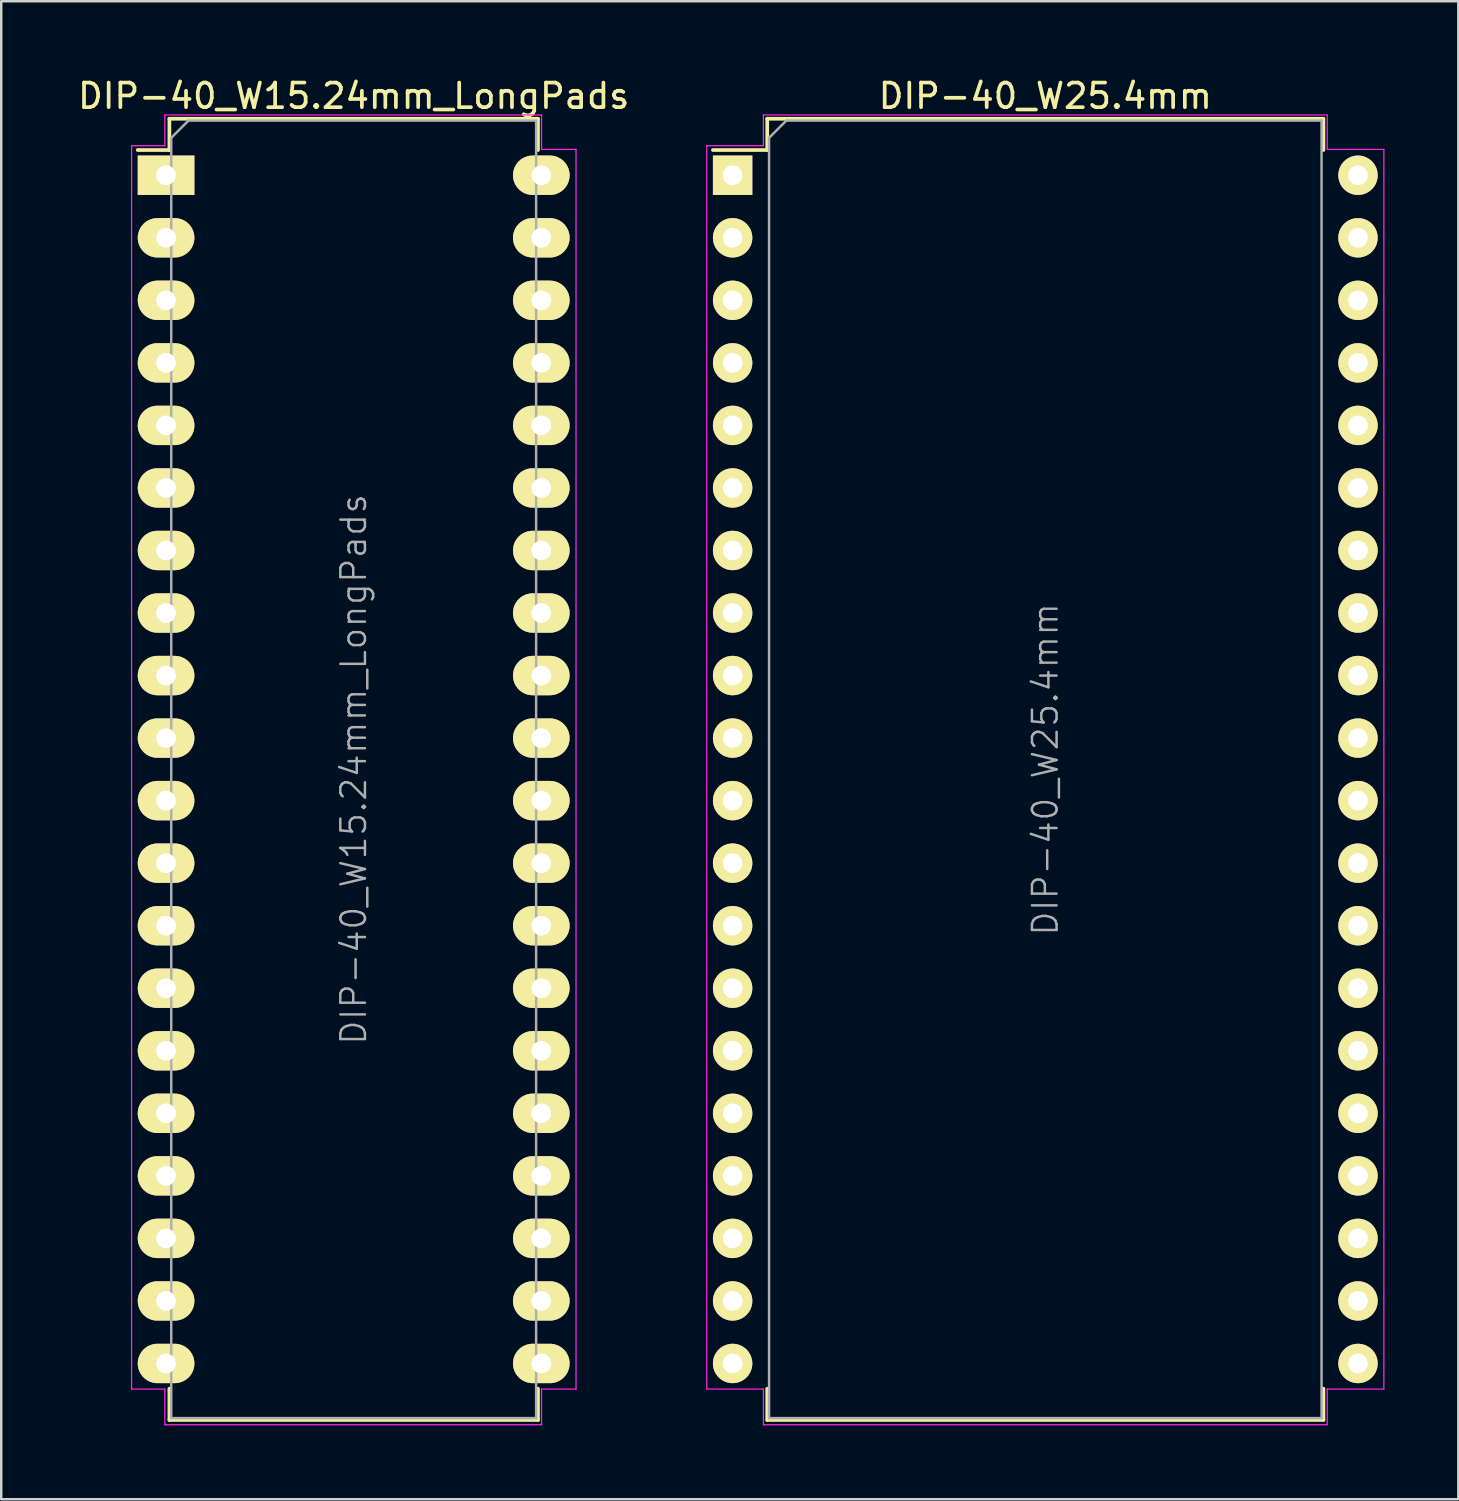
<source format=kicad_pcb>
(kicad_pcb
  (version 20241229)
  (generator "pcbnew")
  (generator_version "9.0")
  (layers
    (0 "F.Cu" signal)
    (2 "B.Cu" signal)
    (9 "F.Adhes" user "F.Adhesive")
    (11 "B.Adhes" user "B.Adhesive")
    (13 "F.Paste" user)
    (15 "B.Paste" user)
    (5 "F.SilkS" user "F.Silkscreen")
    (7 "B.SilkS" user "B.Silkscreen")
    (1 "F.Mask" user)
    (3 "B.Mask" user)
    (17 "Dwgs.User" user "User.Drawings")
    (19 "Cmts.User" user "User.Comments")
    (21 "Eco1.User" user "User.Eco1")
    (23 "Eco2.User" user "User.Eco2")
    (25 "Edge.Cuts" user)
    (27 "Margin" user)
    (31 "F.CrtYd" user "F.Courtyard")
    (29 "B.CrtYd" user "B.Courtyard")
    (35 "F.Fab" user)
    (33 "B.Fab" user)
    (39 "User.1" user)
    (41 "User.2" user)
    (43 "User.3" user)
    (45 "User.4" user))
  (footprint "DIP-40_W25.4mm"
    (layer "F.Cu")
    (at 26.706 4.068)
    (property "Reference" "DIP-40_W25.4mm" (at 12.7 -3.22 0) (layer "F.SilkS") (effects (font (size 1 1) (thickness 0.15))))
    (attr smd)
    (fp_line (start 1.405 -2.295) (end 1.405 -1.025) (stroke (width 0.15) (type solid)) (layer "F.SilkS"))
    (fp_line (start 1.405 -2.295) (end 23.995 -2.295) (stroke (width 0.15) (type solid)) (layer "F.SilkS"))
    (fp_line (start 1.405 -1.025) (end -0.8 -1.025) (stroke (width 0.15) (type solid)) (layer "F.SilkS"))
    (fp_line (start 1.405 50.555) (end 1.405 49.285) (stroke (width 0.15) (type solid)) (layer "F.SilkS"))
    (fp_line (start 1.405 50.555) (end 23.995 50.555) (stroke (width 0.15) (type solid)) (layer "F.SilkS"))
    (fp_line (start 23.995 -2.295) (end 23.995 -1.025) (stroke (width 0.15) (type solid)) (layer "F.SilkS"))
    (fp_line (start 23.995 50.555) (end 23.995 49.285) (stroke (width 0.15) (type solid)) (layer "F.SilkS"))
    (fp_line (start -1.05 -1.2) (end -1.05 49.3) (stroke (width 0.05) (type solid)) (layer "F.CrtYd"))
    (fp_line (start -1.05 -1.2) (end 1.25 -1.2) (stroke (width 0.05) (type solid)) (layer "F.CrtYd"))
    (fp_line (start -1.05 49.3) (end 1.25 49.3) (stroke (width 0.05) (type solid)) (layer "F.CrtYd"))
    (fp_line (start 1.25 -2.45) (end 1.25 -1.2) (stroke (width 0.05) (type solid)) (layer "F.CrtYd"))
    (fp_line (start 1.25 50.75) (end 1.25 49.3) (stroke (width 0.05) (type solid)) (layer "F.CrtYd"))
    (fp_line (start 24.15 -2.45) (end 1.25 -2.45) (stroke (width 0.05) (type solid)) (layer "F.CrtYd"))
    (fp_line (start 24.15 -2.45) (end 24.15 -1.05) (stroke (width 0.05) (type solid)) (layer "F.CrtYd"))
    (fp_line (start 24.15 50.75) (end 1.25 50.75) (stroke (width 0.05) (type solid)) (layer "F.CrtYd"))
    (fp_line (start 24.15 50.75) (end 24.15 49.3) (stroke (width 0.05) (type solid)) (layer "F.CrtYd"))
    (fp_line (start 26.45 -1.05) (end 24.15 -1.05) (stroke (width 0.05) (type solid)) (layer "F.CrtYd"))
    (fp_line (start 26.45 -1.05) (end 26.45 49.3) (stroke (width 0.05) (type solid)) (layer "F.CrtYd"))
    (fp_line (start 26.45 49.3) (end 24.15 49.3) (stroke (width 0.05) (type solid)) (layer "F.CrtYd"))
    (fp_line (start 1.48 -1.52) (end 2.18 -2.22) (stroke (width 0.1) (type solid)) (layer "F.Fab"))
    (fp_line (start 1.48 50.48) (end 1.48 -1.52) (stroke (width 0.1) (type solid)) (layer "F.Fab"))
    (fp_line (start 23.92 -2.22) (end 2.18 -2.22) (stroke (width 0.1) (type solid)) (layer "F.Fab"))
    (fp_line (start 23.92 50.48) (end 1.48 50.48) (stroke (width 0.1) (type solid)) (layer "F.Fab"))
    (fp_line (start 23.92 50.48) (end 23.92 -2.22) (stroke (width 0.1) (type solid)) (layer "F.Fab"))
    (fp_text user "${REFERENCE}" (at 12.7 24.13 90) (layer "F.Fab") (effects (font (size 1 1) (thickness 0.1))))
    (pad "1" thru_hole rect (at 0 0) (size 1.6 1.6) (drill 0.8) (layers "*.Cu" "*.Mask" "F.SilkS"))
    (pad "2" thru_hole oval (at 0 2.54) (size 1.6 1.6) (drill 0.8) (layers "*.Cu" "*.Mask" "F.SilkS"))
    (pad "3" thru_hole oval (at 0 5.08) (size 1.6 1.6) (drill 0.8) (layers "*.Cu" "*.Mask" "F.SilkS"))
    (pad "4" thru_hole oval (at 0 7.62) (size 1.6 1.6) (drill 0.8) (layers "*.Cu" "*.Mask" "F.SilkS"))
    (pad "5" thru_hole oval (at 0 10.16) (size 1.6 1.6) (drill 0.8) (layers "*.Cu" "*.Mask" "F.SilkS"))
    (pad "6" thru_hole oval (at 0 12.7) (size 1.6 1.6) (drill 0.8) (layers "*.Cu" "*.Mask" "F.SilkS"))
    (pad "7" thru_hole oval (at 0 15.24) (size 1.6 1.6) (drill 0.8) (layers "*.Cu" "*.Mask" "F.SilkS"))
    (pad "8" thru_hole oval (at 0 17.78) (size 1.6 1.6) (drill 0.8) (layers "*.Cu" "*.Mask" "F.SilkS"))
    (pad "9" thru_hole oval (at 0 20.32) (size 1.6 1.6) (drill 0.8) (layers "*.Cu" "*.Mask" "F.SilkS"))
    (pad "10" thru_hole oval (at 0 22.86) (size 1.6 1.6) (drill 0.8) (layers "*.Cu" "*.Mask" "F.SilkS"))
    (pad "11" thru_hole oval (at 0 25.4) (size 1.6 1.6) (drill 0.8) (layers "*.Cu" "*.Mask" "F.SilkS"))
    (pad "12" thru_hole oval (at 0 27.94) (size 1.6 1.6) (drill 0.8) (layers "*.Cu" "*.Mask" "F.SilkS"))
    (pad "13" thru_hole oval (at 0 30.48) (size 1.6 1.6) (drill 0.8) (layers "*.Cu" "*.Mask" "F.SilkS"))
    (pad "14" thru_hole oval (at 0 33.02) (size 1.6 1.6) (drill 0.8) (layers "*.Cu" "*.Mask" "F.SilkS"))
    (pad "15" thru_hole oval (at 0 35.56) (size 1.6 1.6) (drill 0.8) (layers "*.Cu" "*.Mask" "F.SilkS"))
    (pad "16" thru_hole oval (at 0 38.1) (size 1.6 1.6) (drill 0.8) (layers "*.Cu" "*.Mask" "F.SilkS"))
    (pad "17" thru_hole oval (at 0 40.64) (size 1.6 1.6) (drill 0.8) (layers "*.Cu" "*.Mask" "F.SilkS"))
    (pad "18" thru_hole oval (at 0 43.18) (size 1.6 1.6) (drill 0.8) (layers "*.Cu" "*.Mask" "F.SilkS"))
    (pad "19" thru_hole oval (at 0 45.72) (size 1.6 1.6) (drill 0.8) (layers "*.Cu" "*.Mask" "F.SilkS"))
    (pad "20" thru_hole oval (at 0 48.26) (size 1.6 1.6) (drill 0.8) (layers "*.Cu" "*.Mask" "F.SilkS"))
    (pad "21" thru_hole oval (at 25.4 48.26) (size 1.6 1.6) (drill 0.8) (layers "*.Cu" "*.Mask" "F.SilkS"))
    (pad "22" thru_hole oval (at 25.4 45.72) (size 1.6 1.6) (drill 0.8) (layers "*.Cu" "*.Mask" "F.SilkS"))
    (pad "23" thru_hole oval (at 25.4 43.18) (size 1.6 1.6) (drill 0.8) (layers "*.Cu" "*.Mask" "F.SilkS"))
    (pad "24" thru_hole oval (at 25.4 40.64) (size 1.6 1.6) (drill 0.8) (layers "*.Cu" "*.Mask" "F.SilkS"))
    (pad "25" thru_hole oval (at 25.4 38.1) (size 1.6 1.6) (drill 0.8) (layers "*.Cu" "*.Mask" "F.SilkS"))
    (pad "26" thru_hole oval (at 25.4 35.56) (size 1.6 1.6) (drill 0.8) (layers "*.Cu" "*.Mask" "F.SilkS"))
    (pad "27" thru_hole oval (at 25.4 33.02) (size 1.6 1.6) (drill 0.8) (layers "*.Cu" "*.Mask" "F.SilkS"))
    (pad "28" thru_hole oval (at 25.4 30.48) (size 1.6 1.6) (drill 0.8) (layers "*.Cu" "*.Mask" "F.SilkS"))
    (pad "29" thru_hole oval (at 25.4 27.94) (size 1.6 1.6) (drill 0.8) (layers "*.Cu" "*.Mask" "F.SilkS"))
    (pad "30" thru_hole oval (at 25.4 25.4) (size 1.6 1.6) (drill 0.8) (layers "*.Cu" "*.Mask" "F.SilkS"))
    (pad "31" thru_hole oval (at 25.4 22.86) (size 1.6 1.6) (drill 0.8) (layers "*.Cu" "*.Mask" "F.SilkS"))
    (pad "32" thru_hole oval (at 25.4 20.32) (size 1.6 1.6) (drill 0.8) (layers "*.Cu" "*.Mask" "F.SilkS"))
    (pad "33" thru_hole oval (at 25.4 17.78) (size 1.6 1.6) (drill 0.8) (layers "*.Cu" "*.Mask" "F.SilkS"))
    (pad "34" thru_hole oval (at 25.4 15.24) (size 1.6 1.6) (drill 0.8) (layers "*.Cu" "*.Mask" "F.SilkS"))
    (pad "35" thru_hole oval (at 25.4 12.7) (size 1.6 1.6) (drill 0.8) (layers "*.Cu" "*.Mask" "F.SilkS"))
    (pad "36" thru_hole oval (at 25.4 10.16) (size 1.6 1.6) (drill 0.8) (layers "*.Cu" "*.Mask" "F.SilkS"))
    (pad "37" thru_hole oval (at 25.4 7.62) (size 1.6 1.6) (drill 0.8) (layers "*.Cu" "*.Mask" "F.SilkS"))
    (pad "38" thru_hole oval (at 25.4 5.08) (size 1.6 1.6) (drill 0.8) (layers "*.Cu" "*.Mask" "F.SilkS"))
    (pad "39" thru_hole oval (at 25.4 2.54) (size 1.6 1.6) (drill 0.8) (layers "*.Cu" "*.Mask" "F.SilkS"))
    (pad "40" thru_hole oval (at 25.4 0) (size 1.6 1.6) (drill 0.8) (layers "*.Cu" "*.Mask" "F.SilkS")))
  (footprint "DIP-40_W15.24mm_LongPads"
    (layer "F.Cu")
    (at 3.695 4.068)
    (property "Reference" "DIP-40_W15.24mm_LongPads" (at 7.62 -3.22 0) (layer "F.SilkS") (effects (font (size 1 1) (thickness 0.15))))
    (attr smd)
    (fp_line (start 0.135 -2.295) (end 0.135 -1.025) (stroke (width 0.15) (type solid)) (layer "F.SilkS"))
    (fp_line (start 0.135 -2.295) (end 15.105 -2.295) (stroke (width 0.15) (type solid)) (layer "F.SilkS"))
    (fp_line (start 0.135 -1.025) (end -1.15 -1.025) (stroke (width 0.15) (type solid)) (layer "F.SilkS"))
    (fp_line (start 0.135 50.555) (end 0.135 49.285) (stroke (width 0.15) (type solid)) (layer "F.SilkS"))
    (fp_line (start 0.135 50.555) (end 15.105 50.555) (stroke (width 0.15) (type solid)) (layer "F.SilkS"))
    (fp_line (start 15.105 -2.295) (end 15.105 -1.025) (stroke (width 0.15) (type solid)) (layer "F.SilkS"))
    (fp_line (start 15.105 50.555) (end 15.105 49.285) (stroke (width 0.15) (type solid)) (layer "F.SilkS"))
    (fp_line (start -1.4 -1.2) (end -1.4 49.3) (stroke (width 0.05) (type solid)) (layer "F.CrtYd"))
    (fp_line (start -1.4 -1.2) (end -0.05 -1.2) (stroke (width 0.05) (type solid)) (layer "F.CrtYd"))
    (fp_line (start -1.4 49.3) (end -0.05 49.3) (stroke (width 0.05) (type solid)) (layer "F.CrtYd"))
    (fp_line (start -0.05 -2.45) (end -0.05 -1.2) (stroke (width 0.05) (type solid)) (layer "F.CrtYd"))
    (fp_line (start -0.05 50.75) (end -0.05 49.3) (stroke (width 0.05) (type solid)) (layer "F.CrtYd"))
    (fp_line (start 15.25 -2.45) (end -0.05 -2.45) (stroke (width 0.05) (type solid)) (layer "F.CrtYd"))
    (fp_line (start 15.25 -2.45) (end 15.25 -1.05) (stroke (width 0.05) (type solid)) (layer "F.CrtYd"))
    (fp_line (start 15.25 50.75) (end -0.05 50.75) (stroke (width 0.05) (type solid)) (layer "F.CrtYd"))
    (fp_line (start 15.25 50.75) (end 15.25 49.3) (stroke (width 0.05) (type solid)) (layer "F.CrtYd"))
    (fp_line (start 16.65 -1.05) (end 15.25 -1.05) (stroke (width 0.05) (type solid)) (layer "F.CrtYd"))
    (fp_line (start 16.65 -1.05) (end 16.65 49.3) (stroke (width 0.05) (type solid)) (layer "F.CrtYd"))
    (fp_line (start 16.65 49.3) (end 15.25 49.3) (stroke (width 0.05) (type solid)) (layer "F.CrtYd"))
    (fp_line (start 0.21 -1.52) (end 0.91 -2.22) (stroke (width 0.1) (type solid)) (layer "F.Fab"))
    (fp_line (start 0.21 50.48) (end 0.21 -1.52) (stroke (width 0.1) (type solid)) (layer "F.Fab"))
    (fp_line (start 15.03 -2.22) (end 0.91 -2.22) (stroke (width 0.1) (type solid)) (layer "F.Fab"))
    (fp_line (start 15.03 50.48) (end 0.21 50.48) (stroke (width 0.1) (type solid)) (layer "F.Fab"))
    (fp_line (start 15.03 50.48) (end 15.03 -2.22) (stroke (width 0.1) (type solid)) (layer "F.Fab"))
    (fp_text user "${REFERENCE}" (at 7.62 24.13 90) (layer "F.Fab") (effects (font (size 1 1) (thickness 0.1))))
    (pad "1" thru_hole rect (at 0 0) (size 2.3 1.6) (drill 0.8) (layers "*.Cu" "*.Mask" "F.SilkS"))
    (pad "2" thru_hole oval (at 0 2.54) (size 2.3 1.6) (drill 0.8) (layers "*.Cu" "*.Mask" "F.SilkS"))
    (pad "3" thru_hole oval (at 0 5.08) (size 2.3 1.6) (drill 0.8) (layers "*.Cu" "*.Mask" "F.SilkS"))
    (pad "4" thru_hole oval (at 0 7.62) (size 2.3 1.6) (drill 0.8) (layers "*.Cu" "*.Mask" "F.SilkS"))
    (pad "5" thru_hole oval (at 0 10.16) (size 2.3 1.6) (drill 0.8) (layers "*.Cu" "*.Mask" "F.SilkS"))
    (pad "6" thru_hole oval (at 0 12.7) (size 2.3 1.6) (drill 0.8) (layers "*.Cu" "*.Mask" "F.SilkS"))
    (pad "7" thru_hole oval (at 0 15.24) (size 2.3 1.6) (drill 0.8) (layers "*.Cu" "*.Mask" "F.SilkS"))
    (pad "8" thru_hole oval (at 0 17.78) (size 2.3 1.6) (drill 0.8) (layers "*.Cu" "*.Mask" "F.SilkS"))
    (pad "9" thru_hole oval (at 0 20.32) (size 2.3 1.6) (drill 0.8) (layers "*.Cu" "*.Mask" "F.SilkS"))
    (pad "10" thru_hole oval (at 0 22.86) (size 2.3 1.6) (drill 0.8) (layers "*.Cu" "*.Mask" "F.SilkS"))
    (pad "11" thru_hole oval (at 0 25.4) (size 2.3 1.6) (drill 0.8) (layers "*.Cu" "*.Mask" "F.SilkS"))
    (pad "12" thru_hole oval (at 0 27.94) (size 2.3 1.6) (drill 0.8) (layers "*.Cu" "*.Mask" "F.SilkS"))
    (pad "13" thru_hole oval (at 0 30.48) (size 2.3 1.6) (drill 0.8) (layers "*.Cu" "*.Mask" "F.SilkS"))
    (pad "14" thru_hole oval (at 0 33.02) (size 2.3 1.6) (drill 0.8) (layers "*.Cu" "*.Mask" "F.SilkS"))
    (pad "15" thru_hole oval (at 0 35.56) (size 2.3 1.6) (drill 0.8) (layers "*.Cu" "*.Mask" "F.SilkS"))
    (pad "16" thru_hole oval (at 0 38.1) (size 2.3 1.6) (drill 0.8) (layers "*.Cu" "*.Mask" "F.SilkS"))
    (pad "17" thru_hole oval (at 0 40.64) (size 2.3 1.6) (drill 0.8) (layers "*.Cu" "*.Mask" "F.SilkS"))
    (pad "18" thru_hole oval (at 0 43.18) (size 2.3 1.6) (drill 0.8) (layers "*.Cu" "*.Mask" "F.SilkS"))
    (pad "19" thru_hole oval (at 0 45.72) (size 2.3 1.6) (drill 0.8) (layers "*.Cu" "*.Mask" "F.SilkS"))
    (pad "20" thru_hole oval (at 0 48.26) (size 2.3 1.6) (drill 0.8) (layers "*.Cu" "*.Mask" "F.SilkS"))
    (pad "21" thru_hole oval (at 15.24 48.26) (size 2.3 1.6) (drill 0.8) (layers "*.Cu" "*.Mask" "F.SilkS"))
    (pad "22" thru_hole oval (at 15.24 45.72) (size 2.3 1.6) (drill 0.8) (layers "*.Cu" "*.Mask" "F.SilkS"))
    (pad "23" thru_hole oval (at 15.24 43.18) (size 2.3 1.6) (drill 0.8) (layers "*.Cu" "*.Mask" "F.SilkS"))
    (pad "24" thru_hole oval (at 15.24 40.64) (size 2.3 1.6) (drill 0.8) (layers "*.Cu" "*.Mask" "F.SilkS"))
    (pad "25" thru_hole oval (at 15.24 38.1) (size 2.3 1.6) (drill 0.8) (layers "*.Cu" "*.Mask" "F.SilkS"))
    (pad "26" thru_hole oval (at 15.24 35.56) (size 2.3 1.6) (drill 0.8) (layers "*.Cu" "*.Mask" "F.SilkS"))
    (pad "27" thru_hole oval (at 15.24 33.02) (size 2.3 1.6) (drill 0.8) (layers "*.Cu" "*.Mask" "F.SilkS"))
    (pad "28" thru_hole oval (at 15.24 30.48) (size 2.3 1.6) (drill 0.8) (layers "*.Cu" "*.Mask" "F.SilkS"))
    (pad "29" thru_hole oval (at 15.24 27.94) (size 2.3 1.6) (drill 0.8) (layers "*.Cu" "*.Mask" "F.SilkS"))
    (pad "30" thru_hole oval (at 15.24 25.4) (size 2.3 1.6) (drill 0.8) (layers "*.Cu" "*.Mask" "F.SilkS"))
    (pad "31" thru_hole oval (at 15.24 22.86) (size 2.3 1.6) (drill 0.8) (layers "*.Cu" "*.Mask" "F.SilkS"))
    (pad "32" thru_hole oval (at 15.24 20.32) (size 2.3 1.6) (drill 0.8) (layers "*.Cu" "*.Mask" "F.SilkS"))
    (pad "33" thru_hole oval (at 15.24 17.78) (size 2.3 1.6) (drill 0.8) (layers "*.Cu" "*.Mask" "F.SilkS"))
    (pad "34" thru_hole oval (at 15.24 15.24) (size 2.3 1.6) (drill 0.8) (layers "*.Cu" "*.Mask" "F.SilkS"))
    (pad "35" thru_hole oval (at 15.24 12.7) (size 2.3 1.6) (drill 0.8) (layers "*.Cu" "*.Mask" "F.SilkS"))
    (pad "36" thru_hole oval (at 15.24 10.16) (size 2.3 1.6) (drill 0.8) (layers "*.Cu" "*.Mask" "F.SilkS"))
    (pad "37" thru_hole oval (at 15.24 7.62) (size 2.3 1.6) (drill 0.8) (layers "*.Cu" "*.Mask" "F.SilkS"))
    (pad "38" thru_hole oval (at 15.24 5.08) (size 2.3 1.6) (drill 0.8) (layers "*.Cu" "*.Mask" "F.SilkS"))
    (pad "39" thru_hole oval (at 15.24 2.54) (size 2.3 1.6) (drill 0.8) (layers "*.Cu" "*.Mask" "F.SilkS"))
    (pad "40" thru_hole oval (at 15.24 0) (size 2.3 1.6) (drill 0.8) (layers "*.Cu" "*.Mask" "F.SilkS")))
  (gr_rect
    (start -3 -3)
    (end 56.181 57.843)
    (stroke (width 0.1) (type default))
    (fill no)
    (layer "Edge.Cuts")))
</source>
